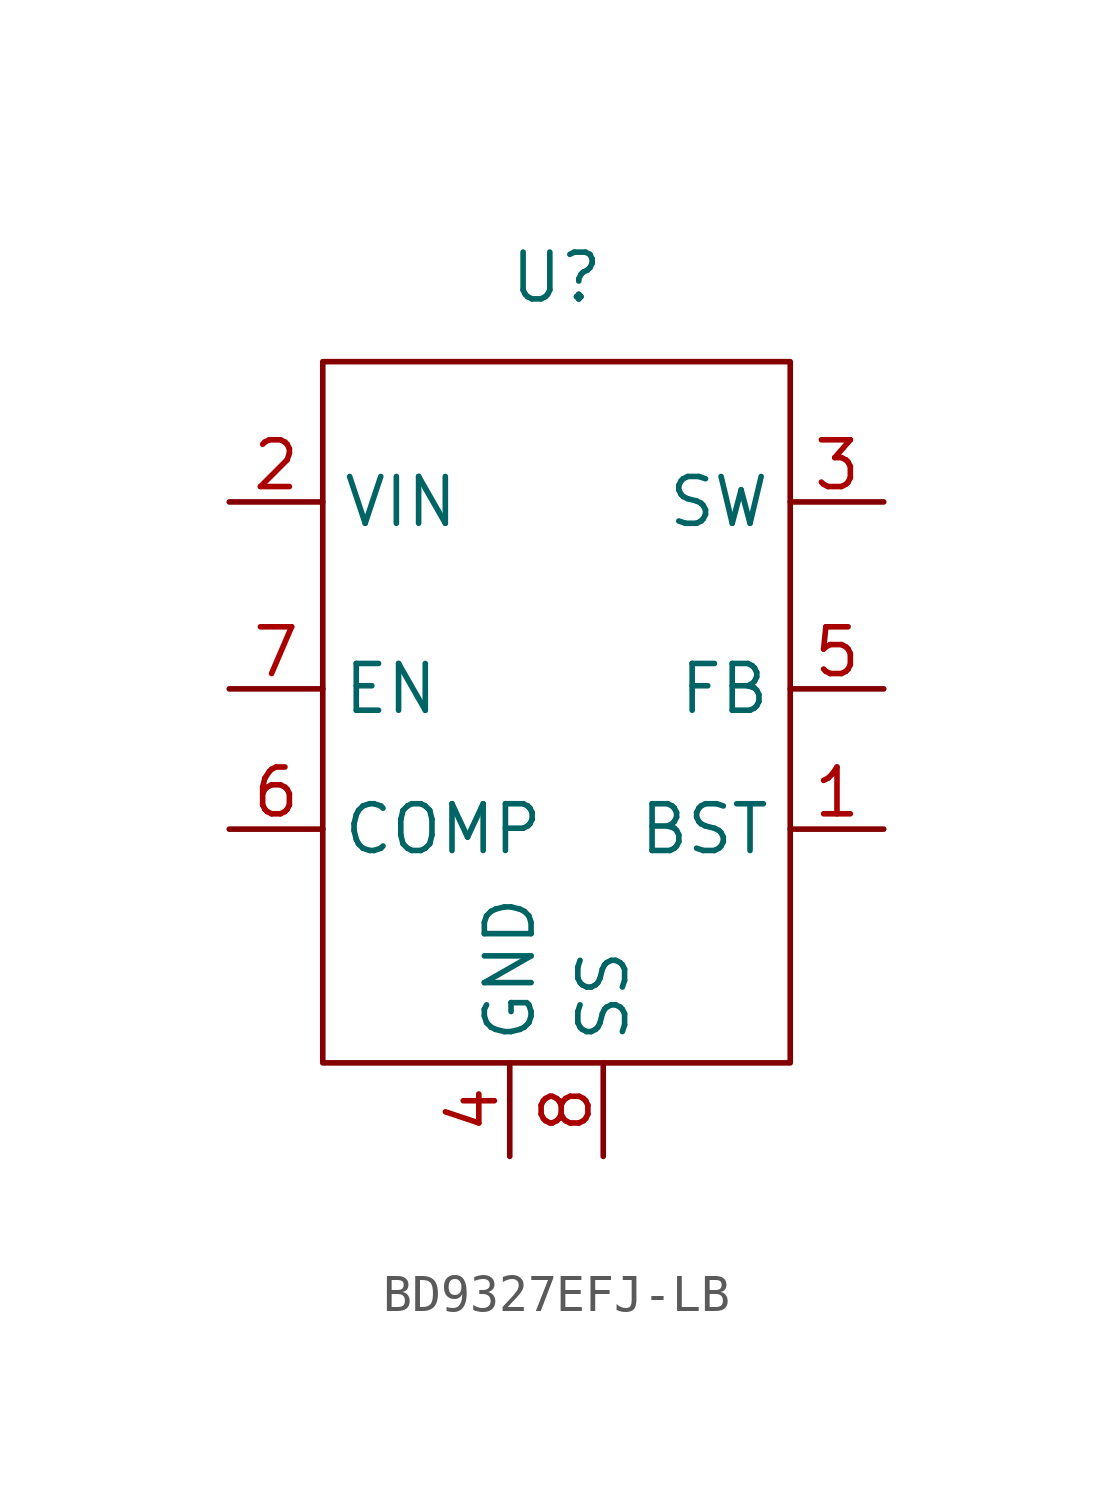
<source format=kicad_sym>
(kicad_symbol_lib
  (version 20231120)
  (generator "kicad_symbol_editor")
  (generator_version "8.0")
  (symbol "BD9327EFJ-LB"
    (property "Reference" "U"
      (at 0 12.446 0)
      (effects (font (size 1.27 1.27))))
    (property "Value" ""
      (at 0 12.446 0)
      (effects (font (size 1.27 1.27))))
    (symbol "BD9327EFJ-LB_0_1"
      (rectangle (start -6.35 10.16) (end 6.35 -8.89) (stroke (width 0) (type default)) (fill (type none))))
    (symbol "BD9327EFJ-LB_1_1"
      (pin input line (at 8.89 -2.54 180) (length 2.54) (name "BST" (effects (font (size 1.27 1.27)))) (number "1" (effects (font (size 1.27 1.27)))))
      (pin input line (at -8.89 6.35 0) (length 2.54) (name "VIN" (effects (font (size 1.27 1.27)))) (number "2" (effects (font (size 1.27 1.27)))))
      (pin input line (at 8.89 6.35 180) (length 2.54) (name "SW" (effects (font (size 1.27 1.27)))) (number "3" (effects (font (size 1.27 1.27)))))
      (pin input line (at -1.27 -11.43 90) (length 2.54) (name "GND" (effects (font (size 1.27 1.27)))) (number "4" (effects (font (size 1.27 1.27)))))
      (pin input line (at 8.89 1.27 180) (length 2.54) (name "FB" (effects (font (size 1.27 1.27)))) (number "5" (effects (font (size 1.27 1.27)))))
      (pin input line (at -8.89 -2.54 0) (length 2.54) (name "COMP" (effects (font (size 1.27 1.27)))) (number "6" (effects (font (size 1.27 1.27)))))
      (pin input line (at -8.89 1.27 0) (length 2.54) (name "EN" (effects (font (size 1.27 1.27)))) (number "7" (effects (font (size 1.27 1.27)))))
      (pin input line (at 1.27 -11.43 90) (length 2.54) (name "SS" (effects (font (size 1.27 1.27)))) (number "8" (effects (font (size 1.27 1.27))))))))
</source>
